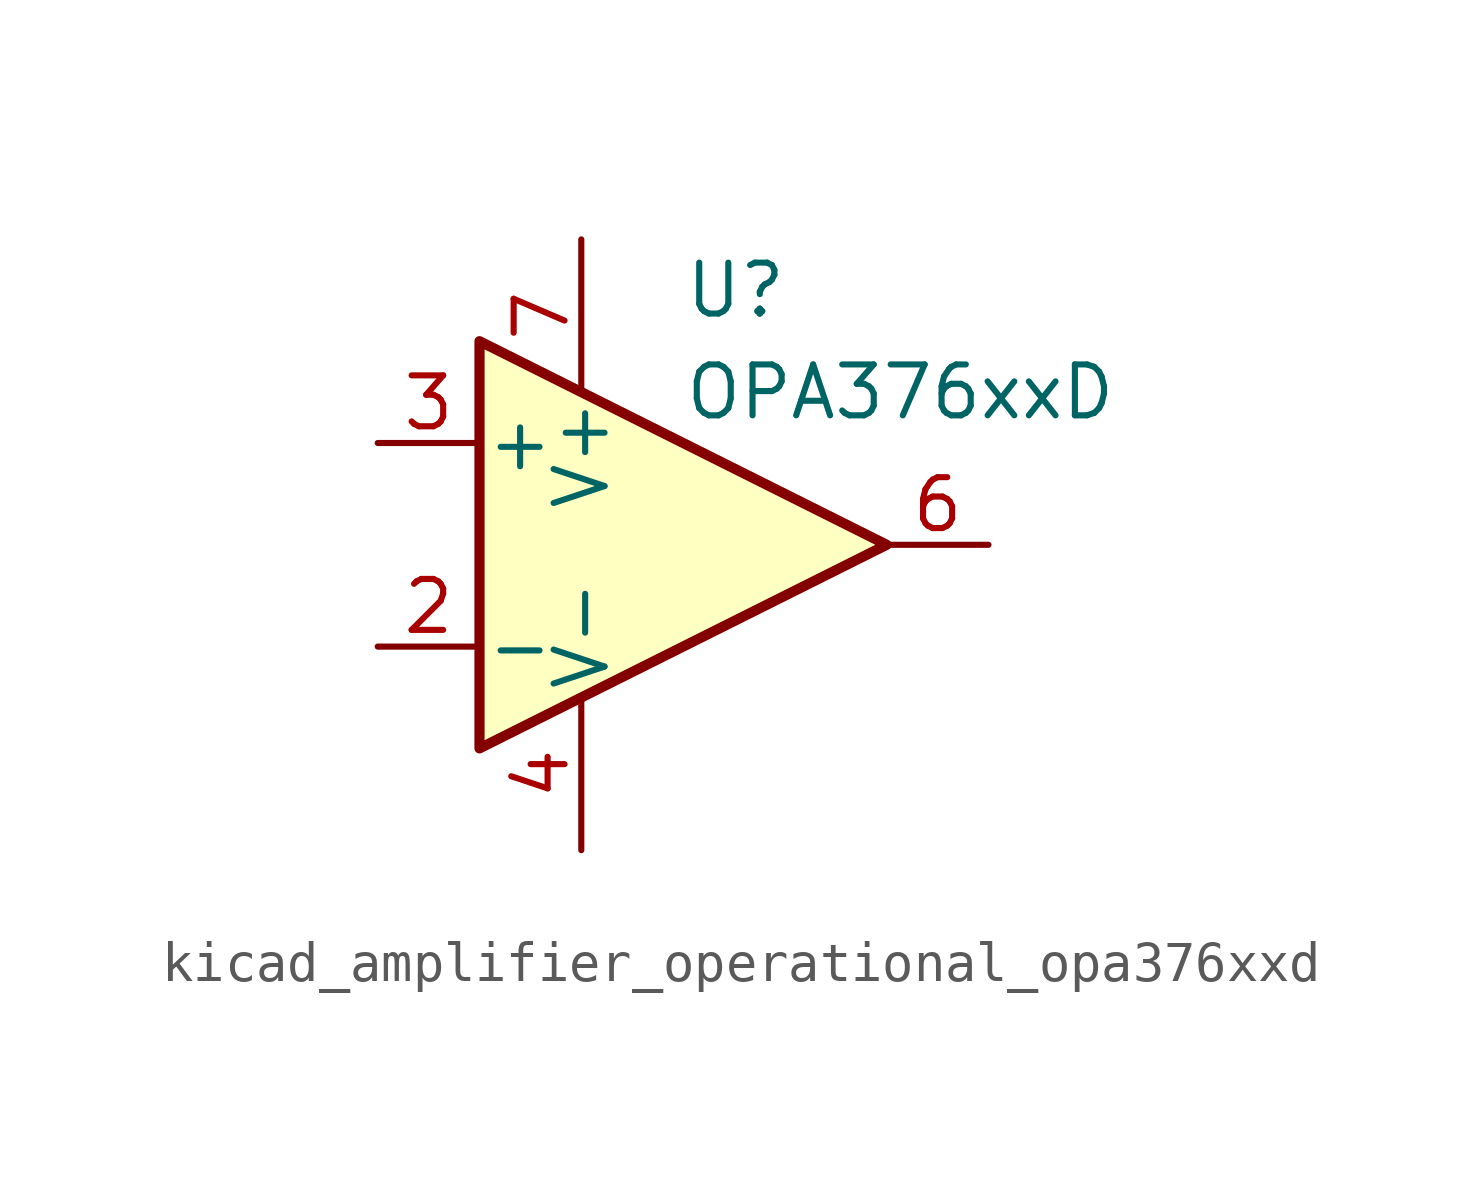
<source format=kicad_sym>
(kicad_symbol_lib
  (version 20220914)
  (generator kicad_symbol_editor)
  (symbol "kicad_amplifier_operational_opa376xxd"
    (pin_names
      (offset 0.127))
    (property "Reference" "U"
      (at 0 6.35 0)
      (effects (font (size 1.27 1.27)) (justify left)))
    (property "Value" "OPA376xxD"
      (at 0 3.81 0)
      (effects (font (size 1.27 1.27)) (justify left)))
    (symbol "kicad_amplifier_operational_opa376xxd_0_1"
      (polyline (pts (xy -5.08 5.08) (xy 5.08 0) (xy -5.08 -5.08) (xy -5.08 5.08)) (stroke (width 0.254) (type default)) (fill (type background))))
    (symbol "kicad_amplifier_operational_opa376xxd_1_1"
      (pin no_connect line (at -2.54 2.54 270) (length 2.54) hide (name "NC" (effects (font (size 1.27 1.27)))) (number "1" (effects (font (size 1.27 1.27)))))
      (pin input line (at -7.62 -2.54 0) (length 2.54) (name "-" (effects (font (size 1.27 1.27)))) (number "2" (effects (font (size 1.27 1.27)))))
      (pin input line (at -7.62 2.54 0) (length 2.54) (name "+" (effects (font (size 1.27 1.27)))) (number "3" (effects (font (size 1.27 1.27)))))
      (pin power_in line (at -2.54 -7.62 90) (length 3.81) (name "V-" (effects (font (size 1.27 1.27)))) (number "4" (effects (font (size 1.27 1.27)))))
      (pin no_connect line (at 0 2.54 270) (length 2.54) hide (name "NC" (effects (font (size 1.27 1.27)))) (number "5" (effects (font (size 1.27 1.27)))))
      (pin output line (at 7.62 0 180) (length 2.54) (name "~" (effects (font (size 1.27 1.27)))) (number "6" (effects (font (size 1.27 1.27)))))
      (pin power_in line (at -2.54 7.62 270) (length 3.81) (name "V+" (effects (font (size 1.27 1.27)))) (number "7" (effects (font (size 1.27 1.27)))))
      (pin no_connect line (at 0 -2.54 90) (length 2.54) hide (name "NC" (effects (font (size 1.27 1.27)))) (number "8" (effects (font (size 1.27 1.27))))))))
</source>
